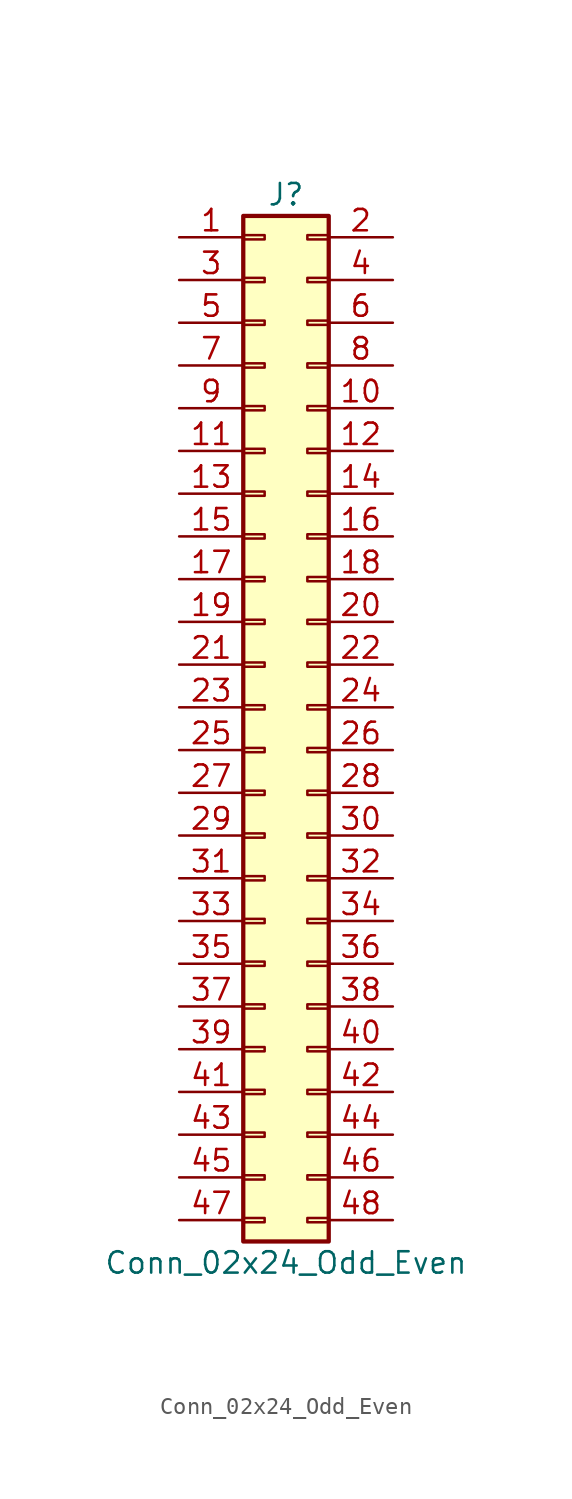
<source format=kicad_sym>
(kicad_symbol_lib
  (version 20241209)
  (generator "kicad_symbol_editor")
  (generator_version "9.0")
  (symbol "Conn_02x24_Odd_Even"
    (pin_names
      (offset 1.016)
      (hide yes))
    (property "Reference" "J"
      (at 1.27 30.48 0)
      (effects (font (size 1.27 1.27))))
    (property "Value" "Conn_02x24_Odd_Even"
      (at 1.27 -33.02 0)
      (effects (font (size 1.27 1.27))))
    (symbol "Conn_02x24_Odd_Even_1_1"
      (rectangle (start -1.27 29.21) (end 3.81 -31.75) (stroke (width 0.254) (type default)) (fill (type background)))
      (rectangle (start -1.27 28.067) (end 0 27.813) (stroke (width 0.152) (type default)) (fill (type none)))
      (rectangle (start -1.27 25.527) (end 0 25.273) (stroke (width 0.152) (type default)) (fill (type none)))
      (rectangle (start -1.27 22.987) (end 0 22.733) (stroke (width 0.152) (type default)) (fill (type none)))
      (rectangle (start -1.27 20.447) (end 0 20.193) (stroke (width 0.152) (type default)) (fill (type none)))
      (rectangle (start -1.27 17.907) (end 0 17.653) (stroke (width 0.152) (type default)) (fill (type none)))
      (rectangle (start -1.27 15.367) (end 0 15.113) (stroke (width 0.152) (type default)) (fill (type none)))
      (rectangle (start -1.27 12.827) (end 0 12.573) (stroke (width 0.152) (type default)) (fill (type none)))
      (rectangle (start -1.27 10.287) (end 0 10.033) (stroke (width 0.152) (type default)) (fill (type none)))
      (rectangle (start -1.27 7.747) (end 0 7.493) (stroke (width 0.152) (type default)) (fill (type none)))
      (rectangle (start -1.27 5.207) (end 0 4.953) (stroke (width 0.152) (type default)) (fill (type none)))
      (rectangle (start -1.27 2.667) (end 0 2.413) (stroke (width 0.152) (type default)) (fill (type none)))
      (rectangle (start -1.27 0.127) (end 0 -0.127) (stroke (width 0.152) (type default)) (fill (type none)))
      (rectangle (start -1.27 -2.413) (end 0 -2.667) (stroke (width 0.152) (type default)) (fill (type none)))
      (rectangle (start -1.27 -4.953) (end 0 -5.207) (stroke (width 0.152) (type default)) (fill (type none)))
      (rectangle (start -1.27 -7.493) (end 0 -7.747) (stroke (width 0.152) (type default)) (fill (type none)))
      (rectangle (start -1.27 -10.033) (end 0 -10.287) (stroke (width 0.152) (type default)) (fill (type none)))
      (rectangle (start -1.27 -12.573) (end 0 -12.827) (stroke (width 0.152) (type default)) (fill (type none)))
      (rectangle (start -1.27 -15.113) (end 0 -15.367) (stroke (width 0.152) (type default)) (fill (type none)))
      (rectangle (start -1.27 -17.653) (end 0 -17.907) (stroke (width 0.152) (type default)) (fill (type none)))
      (rectangle (start -1.27 -20.193) (end 0 -20.447) (stroke (width 0.152) (type default)) (fill (type none)))
      (rectangle (start -1.27 -22.733) (end 0 -22.987) (stroke (width 0.152) (type default)) (fill (type none)))
      (rectangle (start -1.27 -25.273) (end 0 -25.527) (stroke (width 0.152) (type default)) (fill (type none)))
      (rectangle (start -1.27 -27.813) (end 0 -28.067) (stroke (width 0.152) (type default)) (fill (type none)))
      (rectangle (start -1.27 -30.353) (end 0 -30.607) (stroke (width 0.152) (type default)) (fill (type none)))
      (rectangle (start 3.81 28.067) (end 2.54 27.813) (stroke (width 0.152) (type default)) (fill (type none)))
      (rectangle (start 3.81 25.527) (end 2.54 25.273) (stroke (width 0.152) (type default)) (fill (type none)))
      (rectangle (start 3.81 22.987) (end 2.54 22.733) (stroke (width 0.152) (type default)) (fill (type none)))
      (rectangle (start 3.81 20.447) (end 2.54 20.193) (stroke (width 0.152) (type default)) (fill (type none)))
      (rectangle (start 3.81 17.907) (end 2.54 17.653) (stroke (width 0.152) (type default)) (fill (type none)))
      (rectangle (start 3.81 15.367) (end 2.54 15.113) (stroke (width 0.152) (type default)) (fill (type none)))
      (rectangle (start 3.81 12.827) (end 2.54 12.573) (stroke (width 0.152) (type default)) (fill (type none)))
      (rectangle (start 3.81 10.287) (end 2.54 10.033) (stroke (width 0.152) (type default)) (fill (type none)))
      (rectangle (start 3.81 7.747) (end 2.54 7.493) (stroke (width 0.152) (type default)) (fill (type none)))
      (rectangle (start 3.81 5.207) (end 2.54 4.953) (stroke (width 0.152) (type default)) (fill (type none)))
      (rectangle (start 3.81 2.667) (end 2.54 2.413) (stroke (width 0.152) (type default)) (fill (type none)))
      (rectangle (start 3.81 0.127) (end 2.54 -0.127) (stroke (width 0.152) (type default)) (fill (type none)))
      (rectangle (start 3.81 -2.413) (end 2.54 -2.667) (stroke (width 0.152) (type default)) (fill (type none)))
      (rectangle (start 3.81 -4.953) (end 2.54 -5.207) (stroke (width 0.152) (type default)) (fill (type none)))
      (rectangle (start 3.81 -7.493) (end 2.54 -7.747) (stroke (width 0.152) (type default)) (fill (type none)))
      (rectangle (start 3.81 -10.033) (end 2.54 -10.287) (stroke (width 0.152) (type default)) (fill (type none)))
      (rectangle (start 3.81 -12.573) (end 2.54 -12.827) (stroke (width 0.152) (type default)) (fill (type none)))
      (rectangle (start 3.81 -15.113) (end 2.54 -15.367) (stroke (width 0.152) (type default)) (fill (type none)))
      (rectangle (start 3.81 -17.653) (end 2.54 -17.907) (stroke (width 0.152) (type default)) (fill (type none)))
      (rectangle (start 3.81 -20.193) (end 2.54 -20.447) (stroke (width 0.152) (type default)) (fill (type none)))
      (rectangle (start 3.81 -22.733) (end 2.54 -22.987) (stroke (width 0.152) (type default)) (fill (type none)))
      (rectangle (start 3.81 -25.273) (end 2.54 -25.527) (stroke (width 0.152) (type default)) (fill (type none)))
      (rectangle (start 3.81 -27.813) (end 2.54 -28.067) (stroke (width 0.152) (type default)) (fill (type none)))
      (rectangle (start 3.81 -30.353) (end 2.54 -30.607) (stroke (width 0.152) (type default)) (fill (type none)))
      (pin passive line (at -5.08 27.94 0) (length 3.81) (name "Pin_1" (effects (font (size 1.27 1.27)))) (number "1" (effects (font (size 1.27 1.27)))))
      (pin passive line (at -5.08 25.4 0) (length 3.81) (name "Pin_3" (effects (font (size 1.27 1.27)))) (number "3" (effects (font (size 1.27 1.27)))))
      (pin passive line (at -5.08 22.86 0) (length 3.81) (name "Pin_5" (effects (font (size 1.27 1.27)))) (number "5" (effects (font (size 1.27 1.27)))))
      (pin passive line (at -5.08 20.32 0) (length 3.81) (name "Pin_7" (effects (font (size 1.27 1.27)))) (number "7" (effects (font (size 1.27 1.27)))))
      (pin passive line (at -5.08 17.78 0) (length 3.81) (name "Pin_9" (effects (font (size 1.27 1.27)))) (number "9" (effects (font (size 1.27 1.27)))))
      (pin passive line (at -5.08 15.24 0) (length 3.81) (name "Pin_11" (effects (font (size 1.27 1.27)))) (number "11" (effects (font (size 1.27 1.27)))))
      (pin passive line (at -5.08 12.7 0) (length 3.81) (name "Pin_13" (effects (font (size 1.27 1.27)))) (number "13" (effects (font (size 1.27 1.27)))))
      (pin passive line (at -5.08 10.16 0) (length 3.81) (name "Pin_15" (effects (font (size 1.27 1.27)))) (number "15" (effects (font (size 1.27 1.27)))))
      (pin passive line (at -5.08 7.62 0) (length 3.81) (name "Pin_17" (effects (font (size 1.27 1.27)))) (number "17" (effects (font (size 1.27 1.27)))))
      (pin passive line (at -5.08 5.08 0) (length 3.81) (name "Pin_19" (effects (font (size 1.27 1.27)))) (number "19" (effects (font (size 1.27 1.27)))))
      (pin passive line (at -5.08 2.54 0) (length 3.81) (name "Pin_21" (effects (font (size 1.27 1.27)))) (number "21" (effects (font (size 1.27 1.27)))))
      (pin passive line (at -5.08 0 0) (length 3.81) (name "Pin_23" (effects (font (size 1.27 1.27)))) (number "23" (effects (font (size 1.27 1.27)))))
      (pin passive line (at -5.08 -2.54 0) (length 3.81) (name "Pin_25" (effects (font (size 1.27 1.27)))) (number "25" (effects (font (size 1.27 1.27)))))
      (pin passive line (at -5.08 -5.08 0) (length 3.81) (name "Pin_27" (effects (font (size 1.27 1.27)))) (number "27" (effects (font (size 1.27 1.27)))))
      (pin passive line (at -5.08 -7.62 0) (length 3.81) (name "Pin_29" (effects (font (size 1.27 1.27)))) (number "29" (effects (font (size 1.27 1.27)))))
      (pin passive line (at -5.08 -10.16 0) (length 3.81) (name "Pin_31" (effects (font (size 1.27 1.27)))) (number "31" (effects (font (size 1.27 1.27)))))
      (pin passive line (at -5.08 -12.7 0) (length 3.81) (name "Pin_33" (effects (font (size 1.27 1.27)))) (number "33" (effects (font (size 1.27 1.27)))))
      (pin passive line (at -5.08 -15.24 0) (length 3.81) (name "Pin_35" (effects (font (size 1.27 1.27)))) (number "35" (effects (font (size 1.27 1.27)))))
      (pin passive line (at -5.08 -17.78 0) (length 3.81) (name "Pin_37" (effects (font (size 1.27 1.27)))) (number "37" (effects (font (size 1.27 1.27)))))
      (pin passive line (at -5.08 -20.32 0) (length 3.81) (name "Pin_39" (effects (font (size 1.27 1.27)))) (number "39" (effects (font (size 1.27 1.27)))))
      (pin passive line (at -5.08 -22.86 0) (length 3.81) (name "Pin_41" (effects (font (size 1.27 1.27)))) (number "41" (effects (font (size 1.27 1.27)))))
      (pin passive line (at -5.08 -25.4 0) (length 3.81) (name "Pin_43" (effects (font (size 1.27 1.27)))) (number "43" (effects (font (size 1.27 1.27)))))
      (pin passive line (at -5.08 -27.94 0) (length 3.81) (name "Pin_45" (effects (font (size 1.27 1.27)))) (number "45" (effects (font (size 1.27 1.27)))))
      (pin passive line (at -5.08 -30.48 0) (length 3.81) (name "Pin_47" (effects (font (size 1.27 1.27)))) (number "47" (effects (font (size 1.27 1.27)))))
      (pin passive line (at 7.62 27.94 180) (length 3.81) (name "Pin_2" (effects (font (size 1.27 1.27)))) (number "2" (effects (font (size 1.27 1.27)))))
      (pin passive line (at 7.62 25.4 180) (length 3.81) (name "Pin_4" (effects (font (size 1.27 1.27)))) (number "4" (effects (font (size 1.27 1.27)))))
      (pin passive line (at 7.62 22.86 180) (length 3.81) (name "Pin_6" (effects (font (size 1.27 1.27)))) (number "6" (effects (font (size 1.27 1.27)))))
      (pin passive line (at 7.62 20.32 180) (length 3.81) (name "Pin_8" (effects (font (size 1.27 1.27)))) (number "8" (effects (font (size 1.27 1.27)))))
      (pin passive line (at 7.62 17.78 180) (length 3.81) (name "Pin_10" (effects (font (size 1.27 1.27)))) (number "10" (effects (font (size 1.27 1.27)))))
      (pin passive line (at 7.62 15.24 180) (length 3.81) (name "Pin_12" (effects (font (size 1.27 1.27)))) (number "12" (effects (font (size 1.27 1.27)))))
      (pin passive line (at 7.62 12.7 180) (length 3.81) (name "Pin_14" (effects (font (size 1.27 1.27)))) (number "14" (effects (font (size 1.27 1.27)))))
      (pin passive line (at 7.62 10.16 180) (length 3.81) (name "Pin_16" (effects (font (size 1.27 1.27)))) (number "16" (effects (font (size 1.27 1.27)))))
      (pin passive line (at 7.62 7.62 180) (length 3.81) (name "Pin_18" (effects (font (size 1.27 1.27)))) (number "18" (effects (font (size 1.27 1.27)))))
      (pin passive line (at 7.62 5.08 180) (length 3.81) (name "Pin_20" (effects (font (size 1.27 1.27)))) (number "20" (effects (font (size 1.27 1.27)))))
      (pin passive line (at 7.62 2.54 180) (length 3.81) (name "Pin_22" (effects (font (size 1.27 1.27)))) (number "22" (effects (font (size 1.27 1.27)))))
      (pin passive line (at 7.62 0 180) (length 3.81) (name "Pin_24" (effects (font (size 1.27 1.27)))) (number "24" (effects (font (size 1.27 1.27)))))
      (pin passive line (at 7.62 -2.54 180) (length 3.81) (name "Pin_26" (effects (font (size 1.27 1.27)))) (number "26" (effects (font (size 1.27 1.27)))))
      (pin passive line (at 7.62 -5.08 180) (length 3.81) (name "Pin_28" (effects (font (size 1.27 1.27)))) (number "28" (effects (font (size 1.27 1.27)))))
      (pin passive line (at 7.62 -7.62 180) (length 3.81) (name "Pin_30" (effects (font (size 1.27 1.27)))) (number "30" (effects (font (size 1.27 1.27)))))
      (pin passive line (at 7.62 -10.16 180) (length 3.81) (name "Pin_32" (effects (font (size 1.27 1.27)))) (number "32" (effects (font (size 1.27 1.27)))))
      (pin passive line (at 7.62 -12.7 180) (length 3.81) (name "Pin_34" (effects (font (size 1.27 1.27)))) (number "34" (effects (font (size 1.27 1.27)))))
      (pin passive line (at 7.62 -15.24 180) (length 3.81) (name "Pin_36" (effects (font (size 1.27 1.27)))) (number "36" (effects (font (size 1.27 1.27)))))
      (pin passive line (at 7.62 -17.78 180) (length 3.81) (name "Pin_38" (effects (font (size 1.27 1.27)))) (number "38" (effects (font (size 1.27 1.27)))))
      (pin passive line (at 7.62 -20.32 180) (length 3.81) (name "Pin_40" (effects (font (size 1.27 1.27)))) (number "40" (effects (font (size 1.27 1.27)))))
      (pin passive line (at 7.62 -22.86 180) (length 3.81) (name "Pin_42" (effects (font (size 1.27 1.27)))) (number "42" (effects (font (size 1.27 1.27)))))
      (pin passive line (at 7.62 -25.4 180) (length 3.81) (name "Pin_44" (effects (font (size 1.27 1.27)))) (number "44" (effects (font (size 1.27 1.27)))))
      (pin passive line (at 7.62 -27.94 180) (length 3.81) (name "Pin_46" (effects (font (size 1.27 1.27)))) (number "46" (effects (font (size 1.27 1.27)))))
      (pin passive line (at 7.62 -30.48 180) (length 3.81) (name "Pin_48" (effects (font (size 1.27 1.27)))) (number "48" (effects (font (size 1.27 1.27))))))))
</source>
